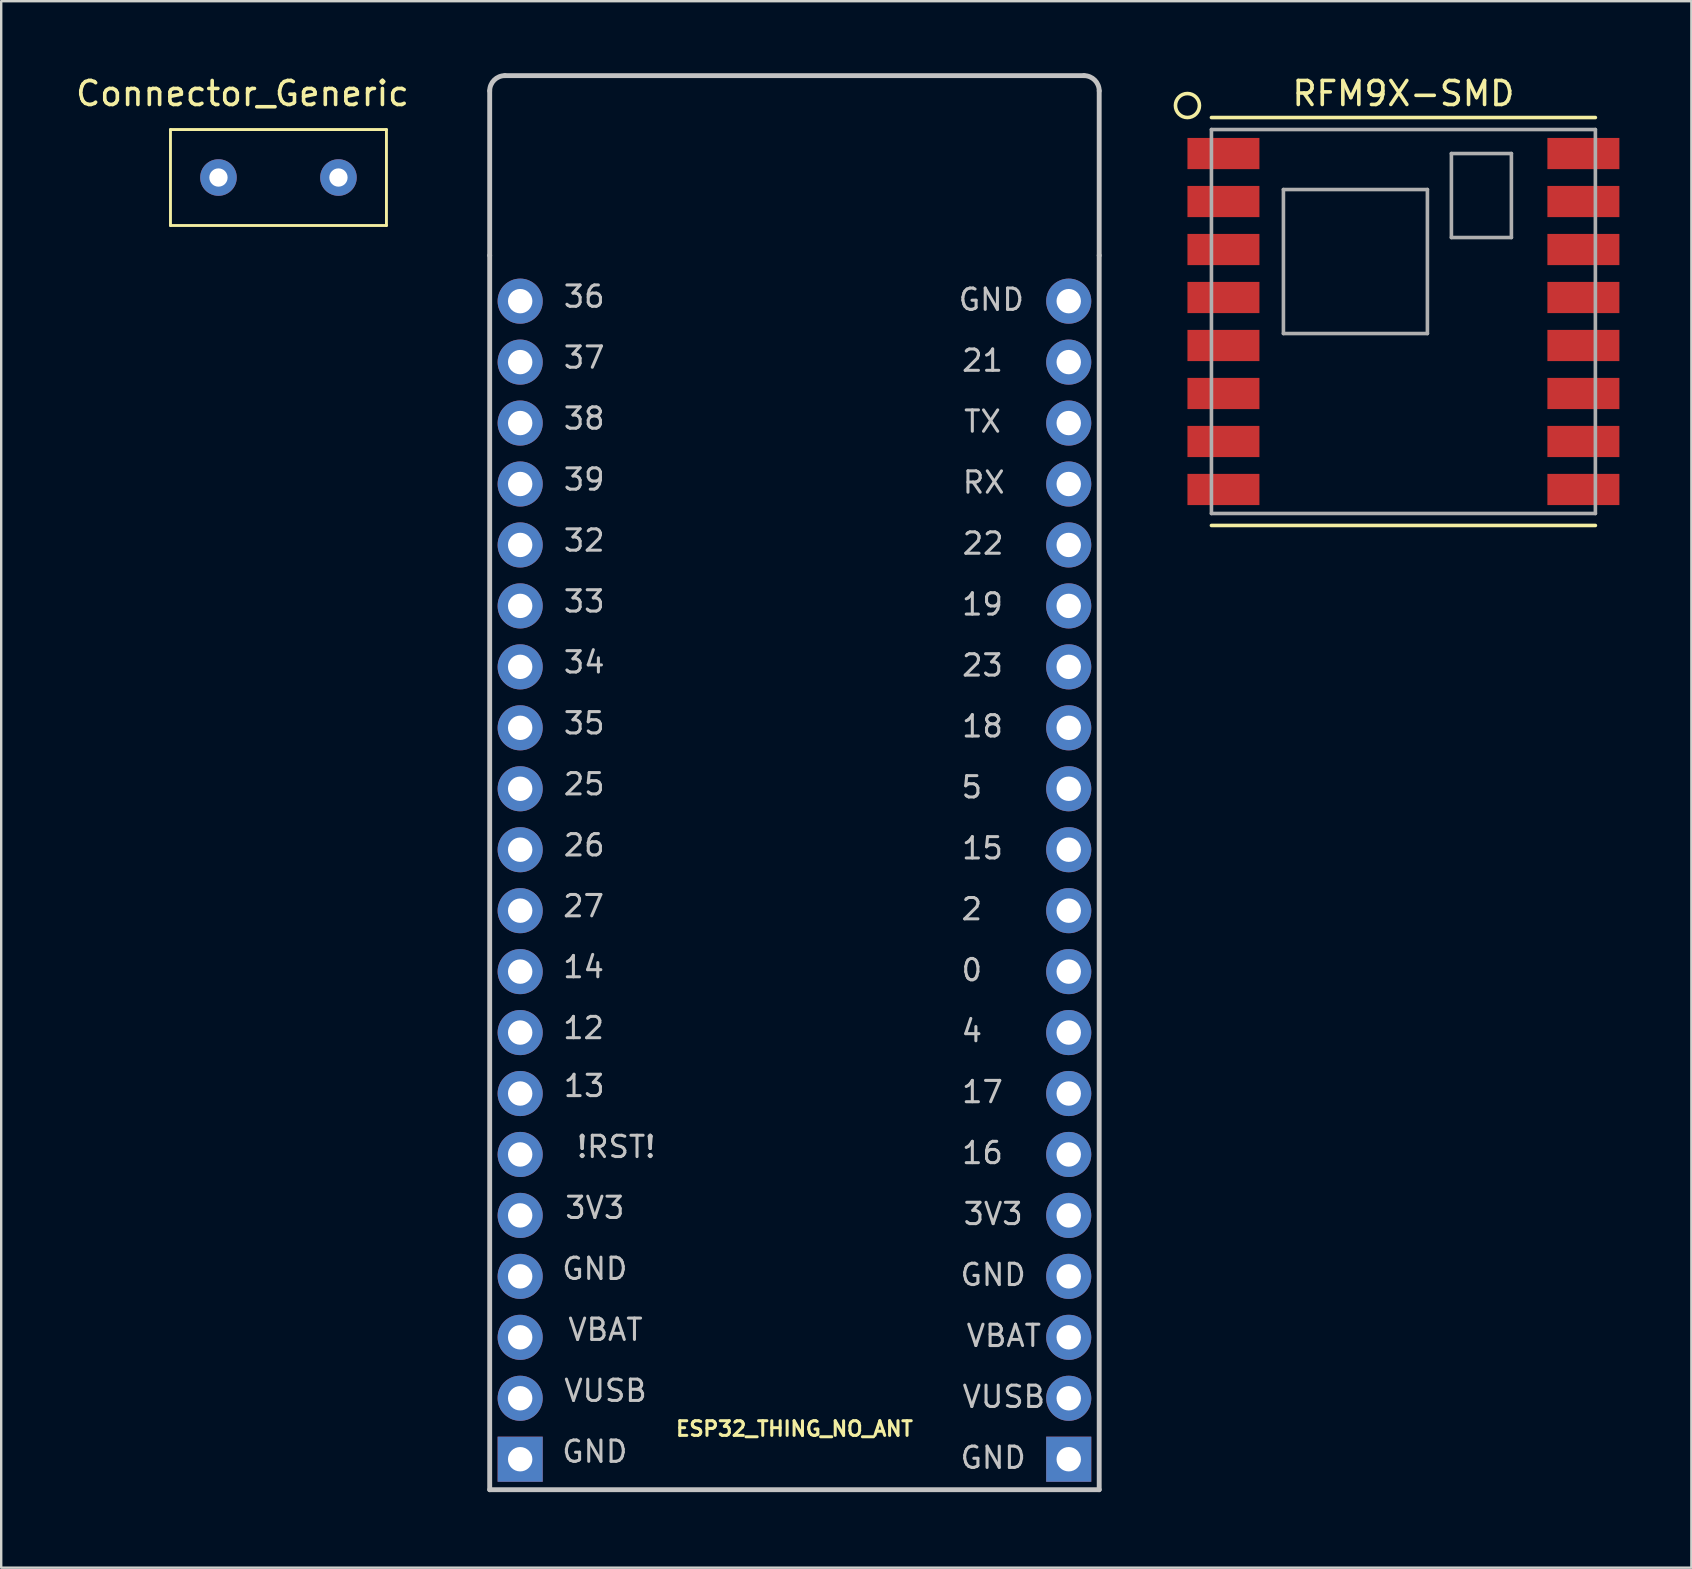
<source format=kicad_pcb>
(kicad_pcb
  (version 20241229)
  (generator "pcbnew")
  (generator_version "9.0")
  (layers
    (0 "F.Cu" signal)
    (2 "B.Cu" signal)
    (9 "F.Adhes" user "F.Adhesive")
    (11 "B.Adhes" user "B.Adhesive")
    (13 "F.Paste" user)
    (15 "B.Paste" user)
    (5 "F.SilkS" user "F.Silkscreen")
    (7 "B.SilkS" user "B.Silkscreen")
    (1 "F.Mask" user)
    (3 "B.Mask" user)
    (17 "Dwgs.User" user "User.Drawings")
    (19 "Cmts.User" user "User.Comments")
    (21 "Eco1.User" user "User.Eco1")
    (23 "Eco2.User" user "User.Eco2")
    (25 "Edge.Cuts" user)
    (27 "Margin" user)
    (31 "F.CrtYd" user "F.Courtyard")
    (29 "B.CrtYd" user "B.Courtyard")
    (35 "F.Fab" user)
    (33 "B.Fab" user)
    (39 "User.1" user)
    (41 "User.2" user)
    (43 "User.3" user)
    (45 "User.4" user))
  (footprint "ESP32_THING_NO_ANT"
    (layer "F.Cu")
    (at 17.357 59.03)
    (property "Reference" "ESP32_THING_NO_ANT" (at 12.7 -2.54 0) (layer "F.SilkS") (effects (font (size 0.61 0.61) (thickness 0.127))))
    (attr exclude_from_pos_files exclude_from_bom)
    (fp_line (start 0 -51.435) (end 0 -58.293) (stroke (width 0.203) (type solid)) (layer "Dwgs.User"))
    (fp_line (start 0 0) (end 0 -51.435) (stroke (width 0.203) (type solid)) (layer "Dwgs.User"))
    (fp_line (start 0.635 -58.928) (end 24.765 -58.928) (stroke (width 0.203) (type solid)) (layer "Dwgs.User"))
    (fp_line (start 25.4 -58.293) (end 25.4 -51.435) (stroke (width 0.203) (type solid)) (layer "Dwgs.User"))
    (fp_line (start 25.4 -51.435) (end 25.4 0) (stroke (width 0.203) (type solid)) (layer "Dwgs.User"))
    (fp_line (start 25.4 0) (end 0 0) (stroke (width 0.203) (type solid)) (layer "Dwgs.User"))
    (fp_arc (start 0 -58.293) (mid 0.185987 -58.742013) (end 0.635 -58.928) (stroke (width 0.2032) (type solid)) (layer "Dwgs.User"))
    (fp_arc (start 24.765 -58.928) (mid 25.214013 -58.742013) (end 25.4 -58.293) (stroke (width 0.2032) (type solid)) (layer "Dwgs.User"))
    (fp_text user "VUSB" (at 21.425 -3.873 0) (layer "Dwgs.User") (effects (font (size 0.889 0.889) (thickness 0.127))))
    (fp_text user "14" (at 3.912 -21.78 0) (layer "Dwgs.User") (effects (font (size 0.889 0.889) (thickness 0.127))))
    (fp_text user "16" (at 20.536 -14.034 0) (layer "Dwgs.User") (effects (font (size 0.889 0.889) (thickness 0.127))))
    (fp_text user "GND" (at 20.98 -8.954 0) (layer "Dwgs.User") (effects (font (size 0.889 0.889) (thickness 0.127))))
    (fp_text user "0" (at 20.091 -21.654 0) (layer "Dwgs.User") (effects (font (size 0.889 0.889) (thickness 0.127))))
    (fp_text user "3V3" (at 20.98 -11.493 0) (layer "Dwgs.User") (effects (font (size 0.889 0.889) (thickness 0.127))))
    (fp_text user "27" (at 3.912 -24.32 0) (layer "Dwgs.User") (effects (font (size 0.889 0.889) (thickness 0.127))))
    (fp_text user "22" (at 20.561 -39.431 0) (layer "Dwgs.User") (effects (font (size 0.889 0.889) (thickness 0.127))))
    (fp_text user "VBAT" (at 21.425 -6.413 0) (layer "Dwgs.User") (effects (font (size 0.889 0.889) (thickness 0.127))))
    (fp_text user "4" (at 20.091 -19.113 0) (layer "Dwgs.User") (effects (font (size 0.889 0.889) (thickness 0.127))))
    (fp_text user "GND" (at 4.381 -9.207 0) (layer "Dwgs.User") (effects (font (size 0.889 0.889) (thickness 0.127))))
    (fp_text user "39" (at 3.937 -42.1 0) (layer "Dwgs.User") (effects (font (size 0.889 0.889) (thickness 0.127))))
    (fp_text user "RX" (at 20.587 -41.974 0) (layer "Dwgs.User") (effects (font (size 0.889 0.889) (thickness 0.127))))
    (fp_text user "GND" (at 4.381 -1.587 0) (layer "Dwgs.User") (effects (font (size 0.889 0.889) (thickness 0.127))))
    (fp_text user "25" (at 3.937 -29.401 0) (layer "Dwgs.User") (effects (font (size 0.889 0.889) (thickness 0.127))))
    (fp_text user "!RST!" (at 5.271 -14.287 0) (layer "Dwgs.User") (effects (font (size 0.889 0.889) (thickness 0.127))))
    (fp_text user "26" (at 3.937 -26.858 0) (layer "Dwgs.User") (effects (font (size 0.889 0.889) (thickness 0.127))))
    (fp_text user "38" (at 3.937 -44.641 0) (layer "Dwgs.User") (effects (font (size 0.889 0.889) (thickness 0.127))))
    (fp_text user "32" (at 3.937 -39.558 0) (layer "Dwgs.User") (effects (font (size 0.889 0.889) (thickness 0.127))))
    (fp_text user "2" (at 20.091 -24.194 0) (layer "Dwgs.User") (effects (font (size 0.889 0.889) (thickness 0.127))))
    (fp_text user "GND" (at 20.98 -1.333 0) (layer "Dwgs.User") (effects (font (size 0.889 0.889) (thickness 0.127))))
    (fp_text user "37" (at 3.937 -47.181 0) (layer "Dwgs.User") (effects (font (size 0.889 0.889) (thickness 0.127))))
    (fp_text user "VUSB" (at 4.826 -4.125 0) (layer "Dwgs.User") (effects (font (size 0.889 0.889) (thickness 0.127))))
    (fp_text user "VBAT" (at 4.826 -6.668 0) (layer "Dwgs.User") (effects (font (size 0.889 0.889) (thickness 0.127))))
    (fp_text user "23" (at 20.536 -34.353 0) (layer "Dwgs.User") (effects (font (size 0.889 0.889) (thickness 0.127))))
    (fp_text user "35" (at 3.937 -31.941 0) (layer "Dwgs.User") (effects (font (size 0.889 0.889) (thickness 0.127))))
    (fp_text user "19" (at 20.536 -36.894 0) (layer "Dwgs.User") (effects (font (size 0.889 0.889) (thickness 0.127))))
    (fp_text user "5" (at 20.091 -29.273 0) (layer "Dwgs.User") (effects (font (size 0.889 0.889) (thickness 0.127))))
    (fp_text user "33" (at 3.937 -37.02 0) (layer "Dwgs.User") (effects (font (size 0.889 0.889) (thickness 0.127))))
    (fp_text user "34" (at 3.937 -34.48 0) (layer "Dwgs.User") (effects (font (size 0.889 0.889) (thickness 0.127))))
    (fp_text user "17" (at 20.536 -16.573 0) (layer "Dwgs.User") (effects (font (size 0.889 0.889) (thickness 0.127))))
    (fp_text user "TX" (at 20.536 -44.514 0) (layer "Dwgs.User") (effects (font (size 0.889 0.889) (thickness 0.127))))
    (fp_text user "3V3" (at 4.381 -11.748 0) (layer "Dwgs.User") (effects (font (size 0.889 0.889) (thickness 0.127))))
    (fp_text user "15" (at 20.536 -26.731 0) (layer "Dwgs.User") (effects (font (size 0.889 0.889) (thickness 0.127))))
    (fp_text user "GND" (at 20.904 -49.593 0) (layer "Dwgs.User") (effects (font (size 0.889 0.889) (thickness 0.127))))
    (fp_text user "13" (at 3.937 -16.828 0) (layer "Dwgs.User") (effects (font (size 0.889 0.889) (thickness 0.127))))
    (fp_text user "21" (at 20.536 -47.053 0) (layer "Dwgs.User") (effects (font (size 0.889 0.889) (thickness 0.127))))
    (fp_text user "12" (at 3.912 -19.241 0) (layer "Dwgs.User") (effects (font (size 0.889 0.889) (thickness 0.127))))
    (fp_text user "18" (at 20.536 -31.814 0) (layer "Dwgs.User") (effects (font (size 0.889 0.889) (thickness 0.127))))
    (fp_text user "36" (at 3.937 -49.721 0) (layer "Dwgs.User") (effects (font (size 0.889 0.889) (thickness 0.127))))
    (pad "1" thru_hole rect (at 1.27 -1.27) (size 1.88 1.88) (drill 1.016) (layers "*.Cu" "*.Mask"))
    (pad "2" thru_hole circle (at 1.27 -3.81) (size 1.88 1.88) (drill 1.016) (layers "*.Cu" "*.Mask"))
    (pad "3" thru_hole circle (at 1.27 -6.35) (size 1.88 1.88) (drill 1.016) (layers "*.Cu" "*.Mask"))
    (pad "4" thru_hole circle (at 1.27 -8.89) (size 1.88 1.88) (drill 1.016) (layers "*.Cu" "*.Mask"))
    (pad "5" thru_hole circle (at 1.27 -11.43) (size 1.88 1.88) (drill 1.016) (layers "*.Cu" "*.Mask"))
    (pad "6" thru_hole circle (at 1.27 -13.97) (size 1.88 1.88) (drill 1.016) (layers "*.Cu" "*.Mask"))
    (pad "7" thru_hole circle (at 1.27 -16.51) (size 1.88 1.88) (drill 1.016) (layers "*.Cu" "*.Mask"))
    (pad "8" thru_hole circle (at 1.27 -19.05) (size 1.88 1.88) (drill 1.016) (layers "*.Cu" "*.Mask"))
    (pad "9" thru_hole circle (at 1.27 -21.59) (size 1.88 1.88) (drill 1.016) (layers "*.Cu" "*.Mask"))
    (pad "10" thru_hole circle (at 1.27 -24.13) (size 1.88 1.88) (drill 1.016) (layers "*.Cu" "*.Mask"))
    (pad "11" thru_hole circle (at 1.27 -26.67) (size 1.88 1.88) (drill 1.016) (layers "*.Cu" "*.Mask"))
    (pad "12" thru_hole circle (at 1.27 -29.21) (size 1.88 1.88) (drill 1.016) (layers "*.Cu" "*.Mask"))
    (pad "13" thru_hole circle (at 1.27 -31.75) (size 1.88 1.88) (drill 1.016) (layers "*.Cu" "*.Mask"))
    (pad "14" thru_hole circle (at 1.27 -34.29) (size 1.88 1.88) (drill 1.016) (layers "*.Cu" "*.Mask"))
    (pad "15" thru_hole circle (at 1.27 -36.83) (size 1.88 1.88) (drill 1.016) (layers "*.Cu" "*.Mask"))
    (pad "16" thru_hole circle (at 1.27 -39.37) (size 1.88 1.88) (drill 1.016) (layers "*.Cu" "*.Mask"))
    (pad "17" thru_hole circle (at 1.27 -41.91) (size 1.88 1.88) (drill 1.016) (layers "*.Cu" "*.Mask"))
    (pad "18" thru_hole circle (at 1.27 -44.45) (size 1.88 1.88) (drill 1.016) (layers "*.Cu" "*.Mask"))
    (pad "19" thru_hole circle (at 1.27 -46.99) (size 1.88 1.88) (drill 1.016) (layers "*.Cu" "*.Mask"))
    (pad "20" thru_hole circle (at 1.27 -49.53) (size 1.88 1.88) (drill 1.016) (layers "*.Cu" "*.Mask"))
    (pad "21" thru_hole circle (at 24.13 -49.53) (size 1.88 1.88) (drill 1.016) (layers "*.Cu" "*.Mask"))
    (pad "22" thru_hole circle (at 24.13 -46.99) (size 1.88 1.88) (drill 1.016) (layers "*.Cu" "*.Mask"))
    (pad "23" thru_hole circle (at 24.13 -44.45) (size 1.88 1.88) (drill 1.016) (layers "*.Cu" "*.Mask"))
    (pad "24" thru_hole circle (at 24.13 -41.91) (size 1.88 1.88) (drill 1.016) (layers "*.Cu" "*.Mask"))
    (pad "25" thru_hole circle (at 24.13 -39.37) (size 1.88 1.88) (drill 1.016) (layers "*.Cu" "*.Mask"))
    (pad "26" thru_hole circle (at 24.13 -36.83) (size 1.88 1.88) (drill 1.016) (layers "*.Cu" "*.Mask"))
    (pad "27" thru_hole circle (at 24.13 -34.29) (size 1.88 1.88) (drill 1.016) (layers "*.Cu" "*.Mask"))
    (pad "28" thru_hole circle (at 24.13 -31.75) (size 1.88 1.88) (drill 1.016) (layers "*.Cu" "*.Mask"))
    (pad "29" thru_hole circle (at 24.13 -29.21) (size 1.88 1.88) (drill 1.016) (layers "*.Cu" "*.Mask"))
    (pad "30" thru_hole circle (at 24.13 -26.67) (size 1.88 1.88) (drill 1.016) (layers "*.Cu" "*.Mask"))
    (pad "31" thru_hole circle (at 24.13 -24.13) (size 1.88 1.88) (drill 1.016) (layers "*.Cu" "*.Mask"))
    (pad "32" thru_hole circle (at 24.13 -21.59) (size 1.88 1.88) (drill 1.016) (layers "*.Cu" "*.Mask"))
    (pad "33" thru_hole circle (at 24.13 -19.05) (size 1.88 1.88) (drill 1.016) (layers "*.Cu" "*.Mask"))
    (pad "34" thru_hole circle (at 24.13 -16.51) (size 1.88 1.88) (drill 1.016) (layers "*.Cu" "*.Mask"))
    (pad "35" thru_hole circle (at 24.13 -13.97) (size 1.88 1.88) (drill 1.016) (layers "*.Cu" "*.Mask"))
    (pad "36" thru_hole circle (at 24.13 -11.43) (size 1.88 1.88) (drill 1.016) (layers "*.Cu" "*.Mask"))
    (pad "37" thru_hole circle (at 24.13 -8.89) (size 1.88 1.88) (drill 1.016) (layers "*.Cu" "*.Mask"))
    (pad "38" thru_hole circle (at 24.13 -6.35) (size 1.88 1.88) (drill 1.016) (layers "*.Cu" "*.Mask"))
    (pad "39" thru_hole circle (at 24.13 -3.81) (size 1.88 1.88) (drill 1.016) (layers "*.Cu" "*.Mask"))
    (pad "40" thru_hole rect (at 24.13 -1.27) (size 1.88 1.88) (drill 1.016) (layers "*.Cu" "*.Mask")))
  (footprint "Connector_Generic"
    (layer "F.Cu")
    (at 7.054 0.348)
    (property "Reference" "Connector_Generic" (at 0 0.5 0) (layer "F.SilkS") (effects (font (size 1 1) (thickness 0.15))))
    (attr through_hole)
    (fp_line (start -3 2) (end -3 6) (stroke (width 0.12) (type solid)) (layer "F.SilkS"))
    (fp_line (start -3 6) (end 6 6) (stroke (width 0.12) (type solid)) (layer "F.SilkS"))
    (fp_line (start 6 2) (end -3 2) (stroke (width 0.12) (type solid)) (layer "F.SilkS"))
    (fp_line (start 6 6) (end 6 2) (stroke (width 0.12) (type solid)) (layer "F.SilkS"))
    (pad "1" thru_hole circle (at -1 4) (size 1.524 1.524) (drill 0.762) (layers "*.Cu" "*.Mask"))
    (pad "2" thru_hole circle (at 4 4) (size 1.524 1.524) (drill 0.762) (layers "*.Cu" "*.Mask")))
  (footprint "RFM9X-SMD"
    (layer "F.Cu")
    (at 55.434 10.348)
    (property "Reference" "RFM9X-SMD" (at 0 -9.5 0) (layer "F.SilkS") (effects (font (size 1 1) (thickness 0.15))))
    (attr through_hole)
    (fp_line (start -8 -8.5) (end 8 -8.5) (stroke (width 0.15) (type solid)) (layer "F.SilkS"))
    (fp_line (start -8 8.5) (end 8 8.5) (stroke (width 0.15) (type solid)) (layer "F.SilkS"))
    (fp_circle (center -9 -9) (end -9 -8.5) (stroke (width 0.15) (type solid)) (fill no) (layer "F.SilkS"))
    (fp_line (start -8 -8) (end -8 8) (stroke (width 0.15) (type solid)) (layer "F.Fab"))
    (fp_line (start -8 -8) (end 8 -8) (stroke (width 0.15) (type solid)) (layer "F.Fab"))
    (fp_line (start -8 8) (end 8 8) (stroke (width 0.15) (type solid)) (layer "F.Fab"))
    (fp_line (start -5 -5.5) (end 1 -5.5) (stroke (width 0.15) (type solid)) (layer "F.Fab"))
    (fp_line (start -5 0.5) (end -5 -5.5) (stroke (width 0.15) (type solid)) (layer "F.Fab"))
    (fp_line (start 1 -5.5) (end 1 0.5) (stroke (width 0.15) (type solid)) (layer "F.Fab"))
    (fp_line (start 1 0.5) (end -5 0.5) (stroke (width 0.15) (type solid)) (layer "F.Fab"))
    (fp_line (start 2 -7) (end 4.5 -7) (stroke (width 0.15) (type solid)) (layer "F.Fab"))
    (fp_line (start 2 -3.5) (end 2 -7) (stroke (width 0.15) (type solid)) (layer "F.Fab"))
    (fp_line (start 4.5 -7) (end 4.5 -3.5) (stroke (width 0.15) (type solid)) (layer "F.Fab"))
    (fp_line (start 4.5 -3.5) (end 2 -3.5) (stroke (width 0.15) (type solid)) (layer "F.Fab"))
    (fp_line (start 8 -8) (end 8 8) (stroke (width 0.15) (type solid)) (layer "F.Fab"))
    (pad "1" smd rect (at -7 -7) (size 3 1.3) (drill (offset -0.5 0)) (layers "F.Cu" "F.Mask" "F.Paste"))
    (pad "2" smd rect (at -7 -5) (size 3 1.3) (drill (offset -0.5 0)) (layers "F.Cu" "F.Mask" "F.Paste"))
    (pad "2" smd rect (at 7 -5) (size 3 1.3) (drill (offset 0.5 0)) (layers "F.Cu" "F.Mask" "F.Paste"))
    (pad "3" smd rect (at -7 -3) (size 3 1.3) (drill (offset -0.5 0)) (layers "F.Cu" "F.Mask" "F.Paste"))
    (pad "3" smd rect (at 7 -3) (size 3 1.3) (drill (offset 0.5 0)) (layers "F.Cu" "F.Mask" "F.Paste"))
    (pad "4" smd rect (at -7 -1) (size 3 1.3) (drill (offset -0.5 0)) (layers "F.Cu" "F.Mask" "F.Paste"))
    (pad "4" smd rect (at 7 -1) (size 3 1.3) (drill (offset 0.5 0)) (layers "F.Cu" "F.Mask" "F.Paste"))
    (pad "5" smd rect (at -7 1) (size 3 1.3) (drill (offset -0.5 0)) (layers "F.Cu" "F.Mask" "F.Paste"))
    (pad "5" smd rect (at 7 1) (size 3 1.3) (drill (offset 0.5 0)) (layers "F.Cu" "F.Mask" "F.Paste"))
    (pad "6" smd rect (at -7 3) (size 3 1.3) (drill (offset -0.5 0)) (layers "F.Cu" "F.Mask" "F.Paste"))
    (pad "6" smd rect (at 7 3) (size 3 1.3) (drill (offset 0.5 0)) (layers "F.Cu" "F.Mask" "F.Paste"))
    (pad "7" smd rect (at -7 5) (size 3 1.3) (drill (offset -0.5 0)) (layers "F.Cu" "F.Mask" "F.Paste"))
    (pad "7" smd rect (at 7 5) (size 3 1.3) (drill (offset 0.5 0)) (layers "F.Cu" "F.Mask" "F.Paste"))
    (pad "8" smd rect (at -7 7) (size 3 1.3) (drill (offset -0.5 0)) (layers "F.Cu" "F.Mask" "F.Paste"))
    (pad "8" smd rect (at 7 7) (size 3 1.3) (drill (offset 0.5 0)) (layers "F.Cu" "F.Mask" "F.Paste"))
    (pad "9" smd rect (at 7 -7) (size 3 1.3) (drill (offset 0.5 0)) (layers "F.Cu" "F.Mask" "F.Paste")))
  (gr_rect
    (start -3 -3)
    (end 67.434 62.28)
    (stroke (width 0.1) (type default))
    (fill no)
    (layer "Edge.Cuts")))
</source>
